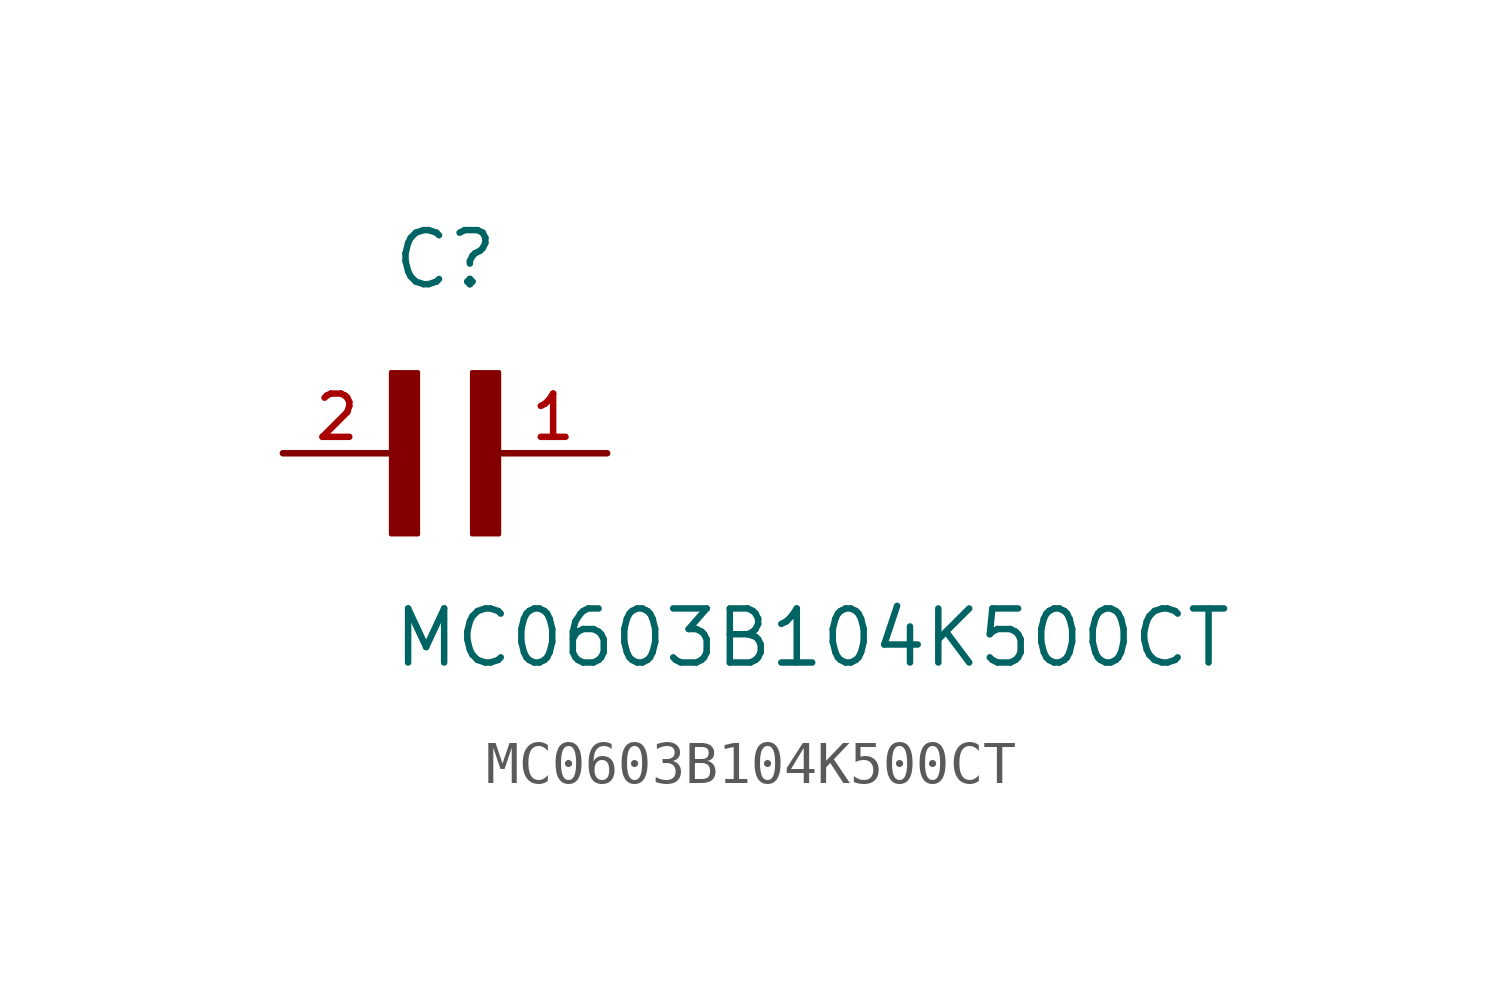
<source format=kicad_sym>
(kicad_symbol_lib
  (version 20211014)
  (generator kicad_symbol_editor)
  (symbol "MC0603B104K500CT"
    (pin_names
      (offset 1.016))
    (property "Reference" "C"
      (at 0.0 3.81 0)
      (effects (font (size 1.27 1.27)) (justify bottom left)))
    (property "Value" "MC0603B104K500CT"
      (at 0.0 -5.08 0)
      (effects (font (size 1.27 1.27)) (justify bottom left)))
    (symbol "MC0603B104K500CT_0_0"
      (rectangle (start 0.0 -1.905) (end 0.635 1.905) (stroke (width 0.1)) (fill (type outline)))
      (rectangle (start 1.905 -1.905) (end 2.54 1.905) (stroke (width 0.1)) (fill (type outline)))
      (pin passive line (at 5.08 0.0 180.0) (length 2.54) (name "~" (effects (font (size 1.016 1.016)))) (number "1" (effects (font (size 1.016 1.016)))))
      (pin passive line (at -2.54 0.0 0) (length 2.54) (name "~" (effects (font (size 1.016 1.016)))) (number "2" (effects (font (size 1.016 1.016))))))))
</source>
